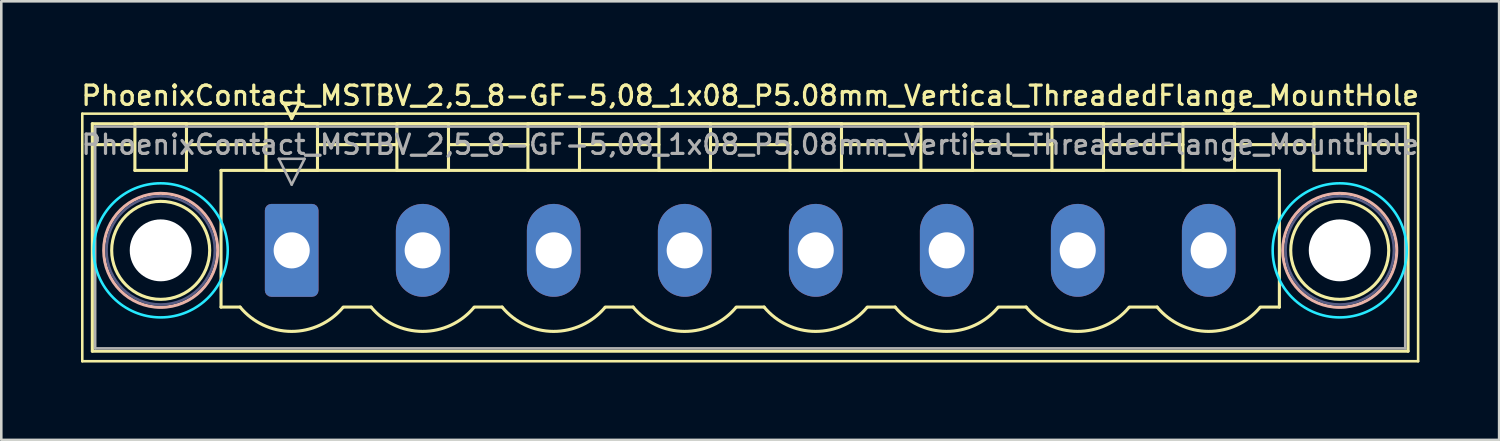
<source format=kicad_pcb>
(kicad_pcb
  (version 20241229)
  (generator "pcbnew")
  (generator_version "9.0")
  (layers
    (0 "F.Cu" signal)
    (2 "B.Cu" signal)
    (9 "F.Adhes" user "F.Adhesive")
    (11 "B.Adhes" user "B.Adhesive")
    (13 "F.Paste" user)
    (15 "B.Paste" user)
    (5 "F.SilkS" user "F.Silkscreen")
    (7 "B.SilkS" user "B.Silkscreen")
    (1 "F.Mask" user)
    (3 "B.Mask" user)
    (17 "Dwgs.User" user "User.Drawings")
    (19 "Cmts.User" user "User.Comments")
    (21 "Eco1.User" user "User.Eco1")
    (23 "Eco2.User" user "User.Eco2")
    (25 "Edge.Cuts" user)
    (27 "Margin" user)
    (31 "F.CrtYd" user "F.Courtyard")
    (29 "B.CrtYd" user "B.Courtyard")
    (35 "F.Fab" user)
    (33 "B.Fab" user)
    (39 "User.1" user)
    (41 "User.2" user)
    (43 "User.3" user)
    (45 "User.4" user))
  (footprint "PhoenixContact_MSTBV_2,5_8-GF-5,08_1x08_P5.08mm_Vertical_ThreadedFlange_MountHole"
    (layer "F.Cu")
    (at 8.261 6.658)
    (property "Reference" "PhoenixContact_MSTBV_2,5_8-GF-5,08_1x08_P5.08mm_Vertical_ThreadedFlange_MountHole" (at 17.78 -6 0) (layer "F.SilkS") (effects (font (size 0.75 0.75) (thickness 0.125))))
    (attr through_hole)
    (fp_line (start -8.12 -5.3) (end -8.12 4.3) (stroke (width 0.1) (type solid)) (layer "F.SilkS"))
    (fp_line (start -8.12 4.3) (end 43.68 4.3) (stroke (width 0.1) (type solid)) (layer "F.SilkS"))
    (fp_line (start -7.73 -4.91) (end -7.73 3.91) (stroke (width 0.12) (type solid)) (layer "F.SilkS"))
    (fp_line (start -7.73 -4.1) (end -6.19 -4.1) (stroke (width 0.12) (type solid)) (layer "F.SilkS"))
    (fp_line (start -7.73 3.91) (end 43.29 3.91) (stroke (width 0.12) (type solid)) (layer "F.SilkS"))
    (fp_line (start -6.08 -4.91) (end -4.08 -4.91) (stroke (width 0.12) (type solid)) (layer "F.SilkS"))
    (fp_line (start -6.08 -3.1) (end -6.08 -4.91) (stroke (width 0.12) (type solid)) (layer "F.SilkS"))
    (fp_line (start -4.08 -4.91) (end -4.08 -3.1) (stroke (width 0.12) (type solid)) (layer "F.SilkS"))
    (fp_line (start -4.08 -4.1) (end -1 -4.1) (stroke (width 0.12) (type solid)) (layer "F.SilkS"))
    (fp_line (start -4.08 -3.1) (end -6.08 -3.1) (stroke (width 0.12) (type solid)) (layer "F.SilkS"))
    (fp_line (start -2.74 -3.1) (end 38.3 -3.1) (stroke (width 0.12) (type solid)) (layer "F.SilkS"))
    (fp_line (start -2.74 2.2) (end -2.74 -3.1) (stroke (width 0.12) (type solid)) (layer "F.SilkS"))
    (fp_line (start -2 2.2) (end -2.74 2.2) (stroke (width 0.12) (type solid)) (layer "F.SilkS"))
    (fp_line (start -1 -4.91) (end 1 -4.91) (stroke (width 0.12) (type solid)) (layer "F.SilkS"))
    (fp_line (start -1 -3.1) (end -1 -4.91) (stroke (width 0.12) (type solid)) (layer "F.SilkS"))
    (fp_line (start -0.3 -5.71) (end 0.3 -5.71) (stroke (width 0.12) (type solid)) (layer "F.SilkS"))
    (fp_line (start 0 -5.11) (end -0.3 -5.71) (stroke (width 0.12) (type solid)) (layer "F.SilkS"))
    (fp_line (start 0.3 -5.71) (end 0 -5.11) (stroke (width 0.12) (type solid)) (layer "F.SilkS"))
    (fp_line (start 1 -4.91) (end 1 -3.1) (stroke (width 0.12) (type solid)) (layer "F.SilkS"))
    (fp_line (start 1 -4.1) (end 4.08 -4.1) (stroke (width 0.12) (type solid)) (layer "F.SilkS"))
    (fp_line (start 1 -3.1) (end -1 -3.1) (stroke (width 0.12) (type solid)) (layer "F.SilkS"))
    (fp_line (start 2 2.2) (end 3.08 2.2) (stroke (width 0.12) (type solid)) (layer "F.SilkS"))
    (fp_line (start 4.08 -4.91) (end 6.08 -4.91) (stroke (width 0.12) (type solid)) (layer "F.SilkS"))
    (fp_line (start 4.08 -3.1) (end 4.08 -4.91) (stroke (width 0.12) (type solid)) (layer "F.SilkS"))
    (fp_line (start 6.08 -4.91) (end 6.08 -3.1) (stroke (width 0.12) (type solid)) (layer "F.SilkS"))
    (fp_line (start 6.08 -4.1) (end 9.16 -4.1) (stroke (width 0.12) (type solid)) (layer "F.SilkS"))
    (fp_line (start 6.08 -3.1) (end 4.08 -3.1) (stroke (width 0.12) (type solid)) (layer "F.SilkS"))
    (fp_line (start 7.08 2.2) (end 8.16 2.2) (stroke (width 0.12) (type solid)) (layer "F.SilkS"))
    (fp_line (start 9.16 -4.91) (end 11.16 -4.91) (stroke (width 0.12) (type solid)) (layer "F.SilkS"))
    (fp_line (start 9.16 -3.1) (end 9.16 -4.91) (stroke (width 0.12) (type solid)) (layer "F.SilkS"))
    (fp_line (start 11.16 -4.91) (end 11.16 -3.1) (stroke (width 0.12) (type solid)) (layer "F.SilkS"))
    (fp_line (start 11.16 -4.1) (end 14.24 -4.1) (stroke (width 0.12) (type solid)) (layer "F.SilkS"))
    (fp_line (start 11.16 -3.1) (end 9.16 -3.1) (stroke (width 0.12) (type solid)) (layer "F.SilkS"))
    (fp_line (start 12.16 2.2) (end 13.24 2.2) (stroke (width 0.12) (type solid)) (layer "F.SilkS"))
    (fp_line (start 14.24 -4.91) (end 16.24 -4.91) (stroke (width 0.12) (type solid)) (layer "F.SilkS"))
    (fp_line (start 14.24 -3.1) (end 14.24 -4.91) (stroke (width 0.12) (type solid)) (layer "F.SilkS"))
    (fp_line (start 16.24 -4.91) (end 16.24 -3.1) (stroke (width 0.12) (type solid)) (layer "F.SilkS"))
    (fp_line (start 16.24 -4.1) (end 19.32 -4.1) (stroke (width 0.12) (type solid)) (layer "F.SilkS"))
    (fp_line (start 16.24 -3.1) (end 14.24 -3.1) (stroke (width 0.12) (type solid)) (layer "F.SilkS"))
    (fp_line (start 17.24 2.2) (end 18.32 2.2) (stroke (width 0.12) (type solid)) (layer "F.SilkS"))
    (fp_line (start 19.32 -4.91) (end 21.32 -4.91) (stroke (width 0.12) (type solid)) (layer "F.SilkS"))
    (fp_line (start 19.32 -3.1) (end 19.32 -4.91) (stroke (width 0.12) (type solid)) (layer "F.SilkS"))
    (fp_line (start 21.32 -4.91) (end 21.32 -3.1) (stroke (width 0.12) (type solid)) (layer "F.SilkS"))
    (fp_line (start 21.32 -4.1) (end 24.4 -4.1) (stroke (width 0.12) (type solid)) (layer "F.SilkS"))
    (fp_line (start 21.32 -3.1) (end 19.32 -3.1) (stroke (width 0.12) (type solid)) (layer "F.SilkS"))
    (fp_line (start 22.32 2.2) (end 23.4 2.2) (stroke (width 0.12) (type solid)) (layer "F.SilkS"))
    (fp_line (start 24.4 -4.91) (end 26.4 -4.91) (stroke (width 0.12) (type solid)) (layer "F.SilkS"))
    (fp_line (start 24.4 -3.1) (end 24.4 -4.91) (stroke (width 0.12) (type solid)) (layer "F.SilkS"))
    (fp_line (start 26.4 -4.91) (end 26.4 -3.1) (stroke (width 0.12) (type solid)) (layer "F.SilkS"))
    (fp_line (start 26.4 -4.1) (end 29.48 -4.1) (stroke (width 0.12) (type solid)) (layer "F.SilkS"))
    (fp_line (start 26.4 -3.1) (end 24.4 -3.1) (stroke (width 0.12) (type solid)) (layer "F.SilkS"))
    (fp_line (start 27.4 2.2) (end 28.48 2.2) (stroke (width 0.12) (type solid)) (layer "F.SilkS"))
    (fp_line (start 29.48 -4.91) (end 31.48 -4.91) (stroke (width 0.12) (type solid)) (layer "F.SilkS"))
    (fp_line (start 29.48 -3.1) (end 29.48 -4.91) (stroke (width 0.12) (type solid)) (layer "F.SilkS"))
    (fp_line (start 31.48 -4.91) (end 31.48 -3.1) (stroke (width 0.12) (type solid)) (layer "F.SilkS"))
    (fp_line (start 31.48 -4.1) (end 34.56 -4.1) (stroke (width 0.12) (type solid)) (layer "F.SilkS"))
    (fp_line (start 31.48 -3.1) (end 29.48 -3.1) (stroke (width 0.12) (type solid)) (layer "F.SilkS"))
    (fp_line (start 32.48 2.2) (end 33.56 2.2) (stroke (width 0.12) (type solid)) (layer "F.SilkS"))
    (fp_line (start 34.56 -4.91) (end 36.56 -4.91) (stroke (width 0.12) (type solid)) (layer "F.SilkS"))
    (fp_line (start 34.56 -3.1) (end 34.56 -4.91) (stroke (width 0.12) (type solid)) (layer "F.SilkS"))
    (fp_line (start 36.56 -4.91) (end 36.56 -3.1) (stroke (width 0.12) (type solid)) (layer "F.SilkS"))
    (fp_line (start 36.56 -4.1) (end 39.64 -4.1) (stroke (width 0.12) (type solid)) (layer "F.SilkS"))
    (fp_line (start 36.56 -3.1) (end 34.56 -3.1) (stroke (width 0.12) (type solid)) (layer "F.SilkS"))
    (fp_line (start 38.3 -3.1) (end 38.3 2.2) (stroke (width 0.12) (type solid)) (layer "F.SilkS"))
    (fp_line (start 38.3 2.2) (end 37.56 2.2) (stroke (width 0.12) (type solid)) (layer "F.SilkS"))
    (fp_line (start 39.64 -4.91) (end 41.64 -4.91) (stroke (width 0.12) (type solid)) (layer "F.SilkS"))
    (fp_line (start 39.64 -3.1) (end 39.64 -4.91) (stroke (width 0.12) (type solid)) (layer "F.SilkS"))
    (fp_line (start 41.64 -4.91) (end 41.64 -3.1) (stroke (width 0.12) (type solid)) (layer "F.SilkS"))
    (fp_line (start 41.64 -3.1) (end 39.64 -3.1) (stroke (width 0.12) (type solid)) (layer "F.SilkS"))
    (fp_line (start 43.29 -4.91) (end -7.73 -4.91) (stroke (width 0.12) (type solid)) (layer "F.SilkS"))
    (fp_line (start 43.29 -4.1) (end 41.75 -4.1) (stroke (width 0.12) (type solid)) (layer "F.SilkS"))
    (fp_line (start 43.29 3.91) (end 43.29 -4.91) (stroke (width 0.12) (type solid)) (layer "F.SilkS"))
    (fp_line (start 43.68 -5.3) (end -8.12 -5.3) (stroke (width 0.1) (type solid)) (layer "F.SilkS"))
    (fp_line (start 43.68 4.3) (end 43.68 -5.3) (stroke (width 0.1) (type solid)) (layer "F.SilkS"))
    (fp_arc (start 1.986842 2.215821) (mid -0.010289 3.142758) (end -2 2.2) (stroke (width 0.12) (type solid)) (layer "F.SilkS"))
    (fp_arc (start 7.066842 2.215821) (mid 5.069711 3.142758) (end 3.08 2.2) (stroke (width 0.12) (type solid)) (layer "F.SilkS"))
    (fp_arc (start 12.146842 2.215821) (mid 10.149711 3.142758) (end 8.16 2.2) (stroke (width 0.12) (type solid)) (layer "F.SilkS"))
    (fp_arc (start 17.226842 2.215821) (mid 15.229711 3.142758) (end 13.24 2.2) (stroke (width 0.12) (type solid)) (layer "F.SilkS"))
    (fp_arc (start 22.306842 2.215821) (mid 20.309711 3.142758) (end 18.32 2.2) (stroke (width 0.12) (type solid)) (layer "F.SilkS"))
    (fp_arc (start 27.386842 2.215821) (mid 25.389711 3.142758) (end 23.4 2.2) (stroke (width 0.12) (type solid)) (layer "F.SilkS"))
    (fp_arc (start 32.466842 2.215821) (mid 30.469711 3.142758) (end 28.48 2.2) (stroke (width 0.12) (type solid)) (layer "F.SilkS"))
    (fp_arc (start 37.546842 2.215821) (mid 35.549711 3.142758) (end 33.56 2.2) (stroke (width 0.12) (type solid)) (layer "F.SilkS"))
    (fp_circle (center -5.08 0) (end -3.18 0) (stroke (width 0.12) (type solid)) (fill no) (layer "F.SilkS"))
    (fp_circle (center 40.64 0) (end 42.54 0) (stroke (width 0.12) (type solid)) (fill no) (layer "F.SilkS"))
    (fp_circle (center -5.08 0) (end -2.87 0) (stroke (width 0.12) (type solid)) (fill no) (layer "B.SilkS"))
    (fp_circle (center 40.64 0) (end 42.85 0) (stroke (width 0.12) (type solid)) (fill no) (layer "B.SilkS"))
    (fp_circle (center -5.08 0) (end -2.48 0) (stroke (width 0.1) (type solid)) (fill no) (layer "B.CrtYd"))
    (fp_circle (center 40.64 0) (end 43.24 0) (stroke (width 0.1) (type solid)) (fill no) (layer "B.CrtYd"))
    (fp_circle (center -5.08 0) (end -2.98 0) (stroke (width 0.1) (type solid)) (fill no) (layer "B.Fab"))
    (fp_circle (center 40.64 0) (end 42.74 0) (stroke (width 0.1) (type solid)) (fill no) (layer "B.Fab"))
    (fp_line (start -7.62 -4.8) (end -7.62 3.8) (stroke (width 0.1) (type solid)) (layer "F.Fab"))
    (fp_line (start -7.62 3.8) (end 43.18 3.8) (stroke (width 0.1) (type solid)) (layer "F.Fab"))
    (fp_line (start -0.5 -3.55) (end 0.5 -3.55) (stroke (width 0.1) (type solid)) (layer "F.Fab"))
    (fp_line (start 0 -2.55) (end -0.5 -3.55) (stroke (width 0.1) (type solid)) (layer "F.Fab"))
    (fp_line (start 0.5 -3.55) (end 0 -2.55) (stroke (width 0.1) (type solid)) (layer "F.Fab"))
    (fp_line (start 43.18 -4.8) (end -7.62 -4.8) (stroke (width 0.1) (type solid)) (layer "F.Fab"))
    (fp_line (start 43.18 3.8) (end 43.18 -4.8) (stroke (width 0.1) (type solid)) (layer "F.Fab"))
    (fp_text user "${REFERENCE}" (at 17.78 -4.1 0) (layer "F.Fab") (effects (font (size 0.75 0.75) (thickness 0.125))))
    (pad "" np_thru_hole circle (at -5.08 0) (size 2.4 2.4) (drill 2.4) (layers "*.Cu" "*.Mask"))
    (pad "" np_thru_hole circle (at 40.64 0) (size 2.4 2.4) (drill 2.4) (layers "*.Cu" "*.Mask"))
    (pad "1" thru_hole roundrect (at 0 0) (size 2.08 3.6) (drill 1.4) (layers "*.Cu" "*.Mask") (roundrect_rratio 0.12))
    (pad "2" thru_hole oval (at 5.08 0) (size 2.08 3.6) (drill 1.4) (layers "*.Cu" "*.Mask"))
    (pad "3" thru_hole oval (at 10.16 0) (size 2.08 3.6) (drill 1.4) (layers "*.Cu" "*.Mask"))
    (pad "4" thru_hole oval (at 15.24 0) (size 2.08 3.6) (drill 1.4) (layers "*.Cu" "*.Mask"))
    (pad "5" thru_hole oval (at 20.32 0) (size 2.08 3.6) (drill 1.4) (layers "*.Cu" "*.Mask"))
    (pad "6" thru_hole oval (at 25.4 0) (size 2.08 3.6) (drill 1.4) (layers "*.Cu" "*.Mask"))
    (pad "7" thru_hole oval (at 30.48 0) (size 2.08 3.6) (drill 1.4) (layers "*.Cu" "*.Mask"))
    (pad "8" thru_hole oval (at 35.56 0) (size 2.08 3.6) (drill 1.4) (layers "*.Cu" "*.Mask")))
  (gr_rect
    (start -3 -3)
    (end 55.082 14.008)
    (stroke (width 0.1) (type default))
    (fill no)
    (layer "Edge.Cuts")))
</source>
